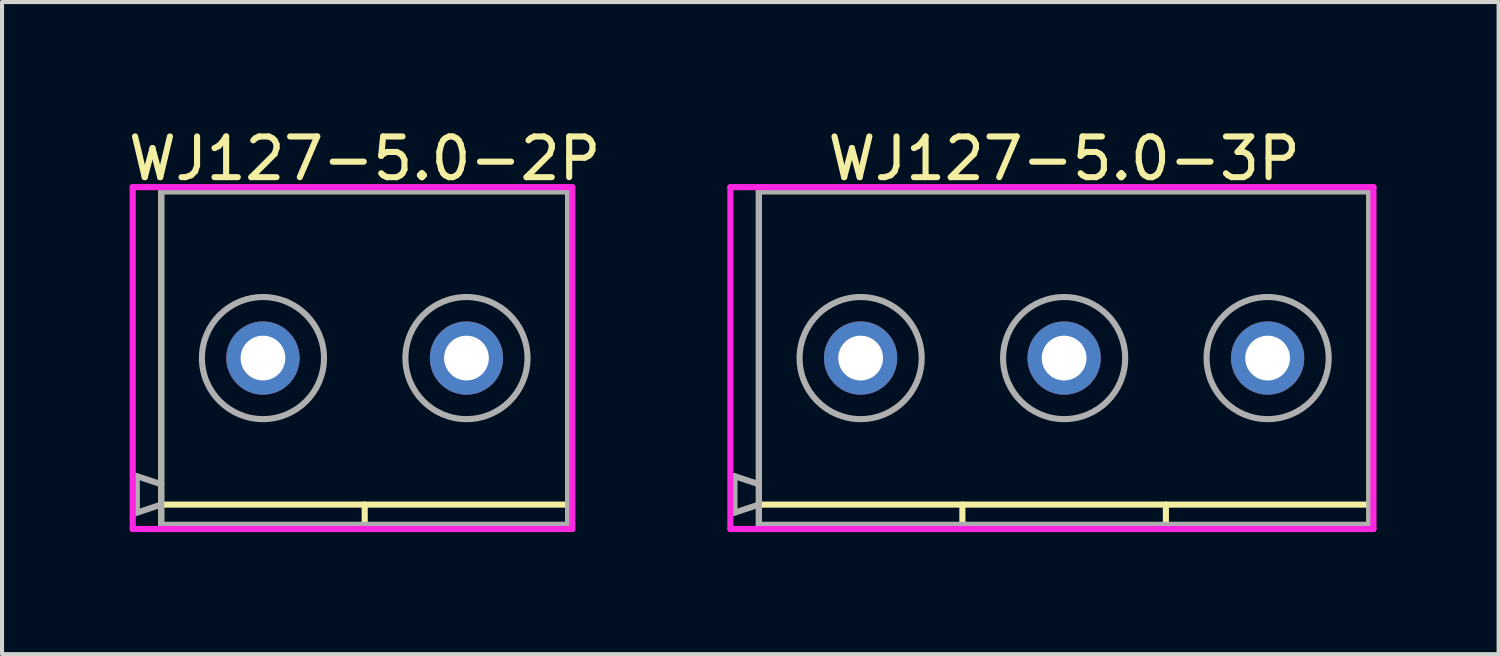
<source format=kicad_pcb>
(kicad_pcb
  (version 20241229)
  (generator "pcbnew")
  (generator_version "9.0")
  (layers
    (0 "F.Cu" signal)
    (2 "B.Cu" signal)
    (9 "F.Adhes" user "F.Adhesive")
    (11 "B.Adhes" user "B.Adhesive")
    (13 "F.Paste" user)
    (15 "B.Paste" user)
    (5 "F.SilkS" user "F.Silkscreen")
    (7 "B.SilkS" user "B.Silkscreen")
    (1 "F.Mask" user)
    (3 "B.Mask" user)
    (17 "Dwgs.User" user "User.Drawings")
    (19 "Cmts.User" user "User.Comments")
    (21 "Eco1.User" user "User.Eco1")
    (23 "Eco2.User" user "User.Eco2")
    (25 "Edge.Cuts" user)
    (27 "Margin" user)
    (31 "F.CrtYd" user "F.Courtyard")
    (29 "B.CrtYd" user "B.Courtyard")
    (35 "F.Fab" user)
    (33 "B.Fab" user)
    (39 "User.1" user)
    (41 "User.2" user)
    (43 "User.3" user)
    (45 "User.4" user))
  (footprint "WJ127-5.0-2P"
    (layer "F.Cu")
    (at 3.411 5.748)
    (property "Reference" "WJ127-5.0-2P" (at 2.5 -4.9 0) (layer "F.SilkS") (effects (font (size 1 1) (thickness 0.15))))
    (attr through_hole)
    (fp_line (start -2.5 -4.1) (end 7.5 -4.1) (stroke (width 0.15) (type solid)) (layer "F.SilkS"))
    (fp_line (start -2.5 3.6) (end 7.5 3.6) (stroke (width 0.15) (type solid)) (layer "F.SilkS"))
    (fp_line (start -2.5 4.1) (end -2.5 -4.1) (stroke (width 0.15) (type solid)) (layer "F.SilkS"))
    (fp_line (start 2.5 4.1) (end 2.5 3.6) (stroke (width 0.15) (type solid)) (layer "F.SilkS"))
    (fp_line (start 7.5 -4.1) (end 7.5 4.1) (stroke (width 0.15) (type solid)) (layer "F.SilkS"))
    (fp_line (start 7.5 4.1) (end -2.5 4.1) (stroke (width 0.15) (type solid)) (layer "F.SilkS"))
    (fp_line (start -3.2 -4.2) (end 7.6 -4.2) (stroke (width 0.15) (type solid)) (layer "F.CrtYd"))
    (fp_line (start -3.2 4.2) (end -3.2 -4.2) (stroke (width 0.15) (type solid)) (layer "F.CrtYd"))
    (fp_line (start -3.2 4.2) (end 7.6 4.2) (stroke (width 0.15) (type solid)) (layer "F.CrtYd"))
    (fp_line (start 7.6 -4.2) (end 7.6 4.2) (stroke (width 0.15) (type solid)) (layer "F.CrtYd"))
    (fp_line (start -3.1 2.9) (end -2.5 3.1) (stroke (width 0.15) (type solid)) (layer "F.Fab"))
    (fp_line (start -3.1 3.8) (end -3.1 2.9) (stroke (width 0.15) (type solid)) (layer "F.Fab"))
    (fp_line (start -2.5 -4.1) (end 7.5 -4.1) (stroke (width 0.15) (type solid)) (layer "F.Fab"))
    (fp_line (start -2.5 3.6) (end -3.1 3.8) (stroke (width 0.15) (type solid)) (layer "F.Fab"))
    (fp_line (start -2.5 4.1) (end -2.5 -4.1) (stroke (width 0.15) (type solid)) (layer "F.Fab"))
    (fp_line (start 7.5 -4.1) (end 7.5 4.1) (stroke (width 0.15) (type solid)) (layer "F.Fab"))
    (fp_line (start 7.5 4.1) (end -2.5 4.1) (stroke (width 0.15) (type solid)) (layer "F.Fab"))
    (fp_circle (center 0 0) (end 1.5 0) (stroke (width 0.15) (type solid)) (fill no) (layer "F.Fab"))
    (fp_circle (center 5 0) (end 3.5 0) (stroke (width 0.15) (type solid)) (fill no) (layer "F.Fab"))
    (pad "1" thru_hole circle (at 0 0) (size 1.8 1.8) (drill 1.1) (layers "*.Cu" "*.Mask"))
    (pad "2" thru_hole circle (at 5 0) (size 1.8 1.8) (drill 1.1) (layers "*.Cu" "*.Mask")))
  (footprint "WJ127-5.0-3P"
    (layer "F.Cu")
    (at 18.096 5.748)
    (property "Reference" "WJ127-5.0-3P" (at 5 -4.9 0) (layer "F.SilkS") (effects (font (size 1 1) (thickness 0.15))))
    (attr through_hole)
    (fp_line (start -2.5 -4.1) (end 12.5 -4.1) (stroke (width 0.15) (type solid)) (layer "F.SilkS"))
    (fp_line (start -2.5 3.6) (end 12.5 3.6) (stroke (width 0.15) (type solid)) (layer "F.SilkS"))
    (fp_line (start -2.5 4.1) (end -2.5 -4.1) (stroke (width 0.15) (type solid)) (layer "F.SilkS"))
    (fp_line (start 2.5 4.1) (end 2.5 3.6) (stroke (width 0.15) (type solid)) (layer "F.SilkS"))
    (fp_line (start 7.5 3.6) (end 7.5 4.1) (stroke (width 0.15) (type solid)) (layer "F.SilkS"))
    (fp_line (start 12.5 -4.1) (end 12.5 4.1) (stroke (width 0.15) (type solid)) (layer "F.SilkS"))
    (fp_line (start 12.5 4.1) (end -2.5 4.1) (stroke (width 0.15) (type solid)) (layer "F.SilkS"))
    (fp_line (start -3.2 -4.2) (end 12.6 -4.2) (stroke (width 0.15) (type solid)) (layer "F.CrtYd"))
    (fp_line (start -3.2 4.2) (end -3.2 -4.2) (stroke (width 0.15) (type solid)) (layer "F.CrtYd"))
    (fp_line (start -3.2 4.2) (end 12.6 4.2) (stroke (width 0.15) (type solid)) (layer "F.CrtYd"))
    (fp_line (start 12.6 -4.2) (end 12.6 4.2) (stroke (width 0.15) (type solid)) (layer "F.CrtYd"))
    (fp_line (start -3.1 2.9) (end -2.5 3.1) (stroke (width 0.15) (type solid)) (layer "F.Fab"))
    (fp_line (start -3.1 3.8) (end -3.1 2.9) (stroke (width 0.15) (type solid)) (layer "F.Fab"))
    (fp_line (start -2.5 -4.1) (end 12.5 -4.1) (stroke (width 0.15) (type solid)) (layer "F.Fab"))
    (fp_line (start -2.5 3.6) (end -3.1 3.8) (stroke (width 0.15) (type solid)) (layer "F.Fab"))
    (fp_line (start -2.5 4.1) (end -2.5 -4.1) (stroke (width 0.15) (type solid)) (layer "F.Fab"))
    (fp_line (start 12.5 -4.1) (end 12.5 4.1) (stroke (width 0.15) (type solid)) (layer "F.Fab"))
    (fp_line (start 12.5 4.1) (end -2.5 4.1) (stroke (width 0.15) (type solid)) (layer "F.Fab"))
    (fp_circle (center 0 0) (end 1.5 0) (stroke (width 0.15) (type solid)) (fill no) (layer "F.Fab"))
    (fp_circle (center 5 0) (end 3.5 0) (stroke (width 0.15) (type solid)) (fill no) (layer "F.Fab"))
    (fp_circle (center 10 0) (end 8.5 0) (stroke (width 0.15) (type solid)) (fill no) (layer "F.Fab"))
    (pad "1" thru_hole circle (at 0 0) (size 1.8 1.8) (drill 1.1) (layers "*.Cu" "*.Mask"))
    (pad "2" thru_hole circle (at 5 0) (size 1.8 1.8) (drill 1.1) (layers "*.Cu" "*.Mask"))
    (pad "3" thru_hole circle (at 10 0) (size 1.8 1.8) (drill 1.1) (layers "*.Cu" "*.Mask")))
  (gr_rect
    (start -3 -3)
    (end 33.771 13.023)
    (stroke (width 0.1) (type default))
    (fill no)
    (layer "Edge.Cuts")))
</source>
